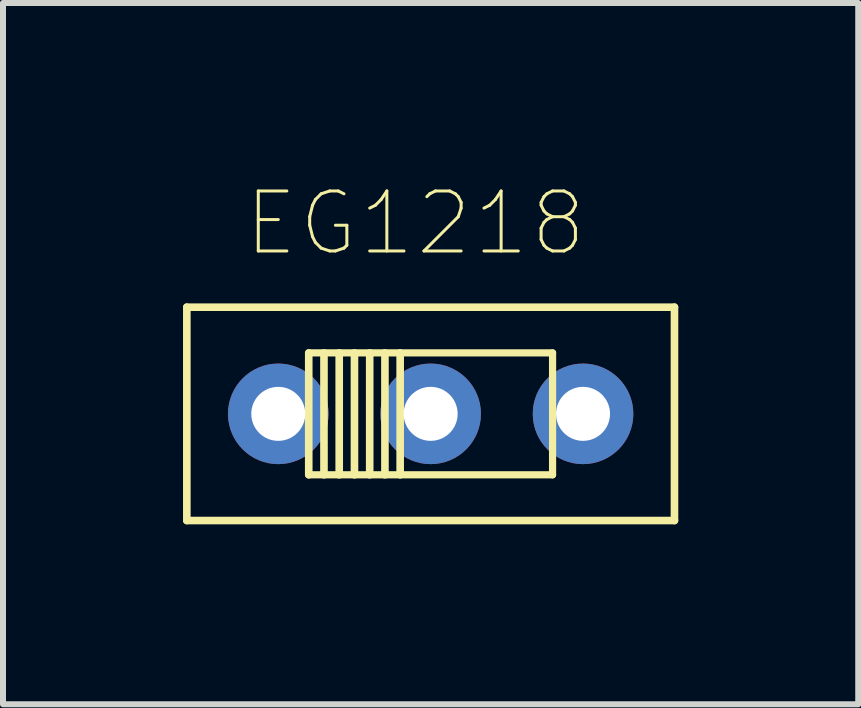
<source format=kicad_pcb>
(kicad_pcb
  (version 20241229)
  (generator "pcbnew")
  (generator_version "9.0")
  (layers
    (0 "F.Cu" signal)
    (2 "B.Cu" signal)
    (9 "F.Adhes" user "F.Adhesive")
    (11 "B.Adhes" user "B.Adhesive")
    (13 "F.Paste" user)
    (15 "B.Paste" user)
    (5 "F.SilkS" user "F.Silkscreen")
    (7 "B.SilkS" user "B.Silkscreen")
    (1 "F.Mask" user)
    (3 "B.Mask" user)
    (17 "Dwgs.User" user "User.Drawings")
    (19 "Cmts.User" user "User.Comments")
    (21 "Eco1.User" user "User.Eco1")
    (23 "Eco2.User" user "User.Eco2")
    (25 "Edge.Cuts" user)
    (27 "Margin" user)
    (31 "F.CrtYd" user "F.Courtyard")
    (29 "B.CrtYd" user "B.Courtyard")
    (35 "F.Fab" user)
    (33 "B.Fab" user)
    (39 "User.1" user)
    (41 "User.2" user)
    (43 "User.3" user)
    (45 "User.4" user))
  (footprint "EG1218"
    (layer "F.Cu")
    (at 4.128 3.848)
    (property "Reference" "EG1218" (at -0.254 -3.175 0) (layer "F.SilkS") (effects (font (size 1 1) (thickness 0.05))))
    (attr through_hole)
    (fp_line (start -4.064 -1.778) (end 4.064 -1.778) (stroke (width 0.127) (type solid)) (layer "F.SilkS"))
    (fp_line (start -4.064 1.778) (end -4.064 -1.778) (stroke (width 0.127) (type solid)) (layer "F.SilkS"))
    (fp_line (start -2.032 -1.016) (end -2.032 1.016) (stroke (width 0.127) (type solid)) (layer "F.SilkS"))
    (fp_line (start -2.032 -1.016) (end 2.032 -1.016) (stroke (width 0.12) (type solid)) (layer "F.SilkS"))
    (fp_line (start -1.778 1.016) (end -1.778 -1.016) (stroke (width 0.127) (type solid)) (layer "F.SilkS"))
    (fp_line (start -1.524 -1.016) (end -1.524 1.016) (stroke (width 0.127) (type solid)) (layer "F.SilkS"))
    (fp_line (start -1.27 1.016) (end -1.27 -1.016) (stroke (width 0.127) (type solid)) (layer "F.SilkS"))
    (fp_line (start -1.016 -1.016) (end -1.016 1.016) (stroke (width 0.127) (type solid)) (layer "F.SilkS"))
    (fp_line (start -0.762 1.016) (end -0.762 -1.016) (stroke (width 0.127) (type solid)) (layer "F.SilkS"))
    (fp_line (start -0.508 -1.016) (end -0.508 1.016) (stroke (width 0.127) (type solid)) (layer "F.SilkS"))
    (fp_line (start 2.032 -1.016) (end 2.032 1.016) (stroke (width 0.12) (type solid)) (layer "F.SilkS"))
    (fp_line (start 2.032 1.016) (end -2.032 1.016) (stroke (width 0.12) (type solid)) (layer "F.SilkS"))
    (fp_line (start 4.064 -1.778) (end 4.064 1.778) (stroke (width 0.127) (type solid)) (layer "F.SilkS"))
    (fp_line (start 4.064 1.778) (end -4.064 1.778) (stroke (width 0.127) (type solid)) (layer "F.SilkS"))
    (pad "1" thru_hole circle (at -2.54 0) (size 1.676 1.676) (drill 0.9) (layers "*.Cu" "*.Mask"))
    (pad "2" thru_hole circle (at 0 0) (size 1.676 1.676) (drill 0.9) (layers "*.Cu" "*.Mask"))
    (pad "3" thru_hole circle (at 2.54 0) (size 1.676 1.676) (drill 0.9) (layers "*.Cu" "*.Mask")))
  (gr_rect
    (start -3 -3)
    (end 11.255 8.689)
    (stroke (width 0.1) (type default))
    (fill no)
    (layer "Edge.Cuts")))
</source>
